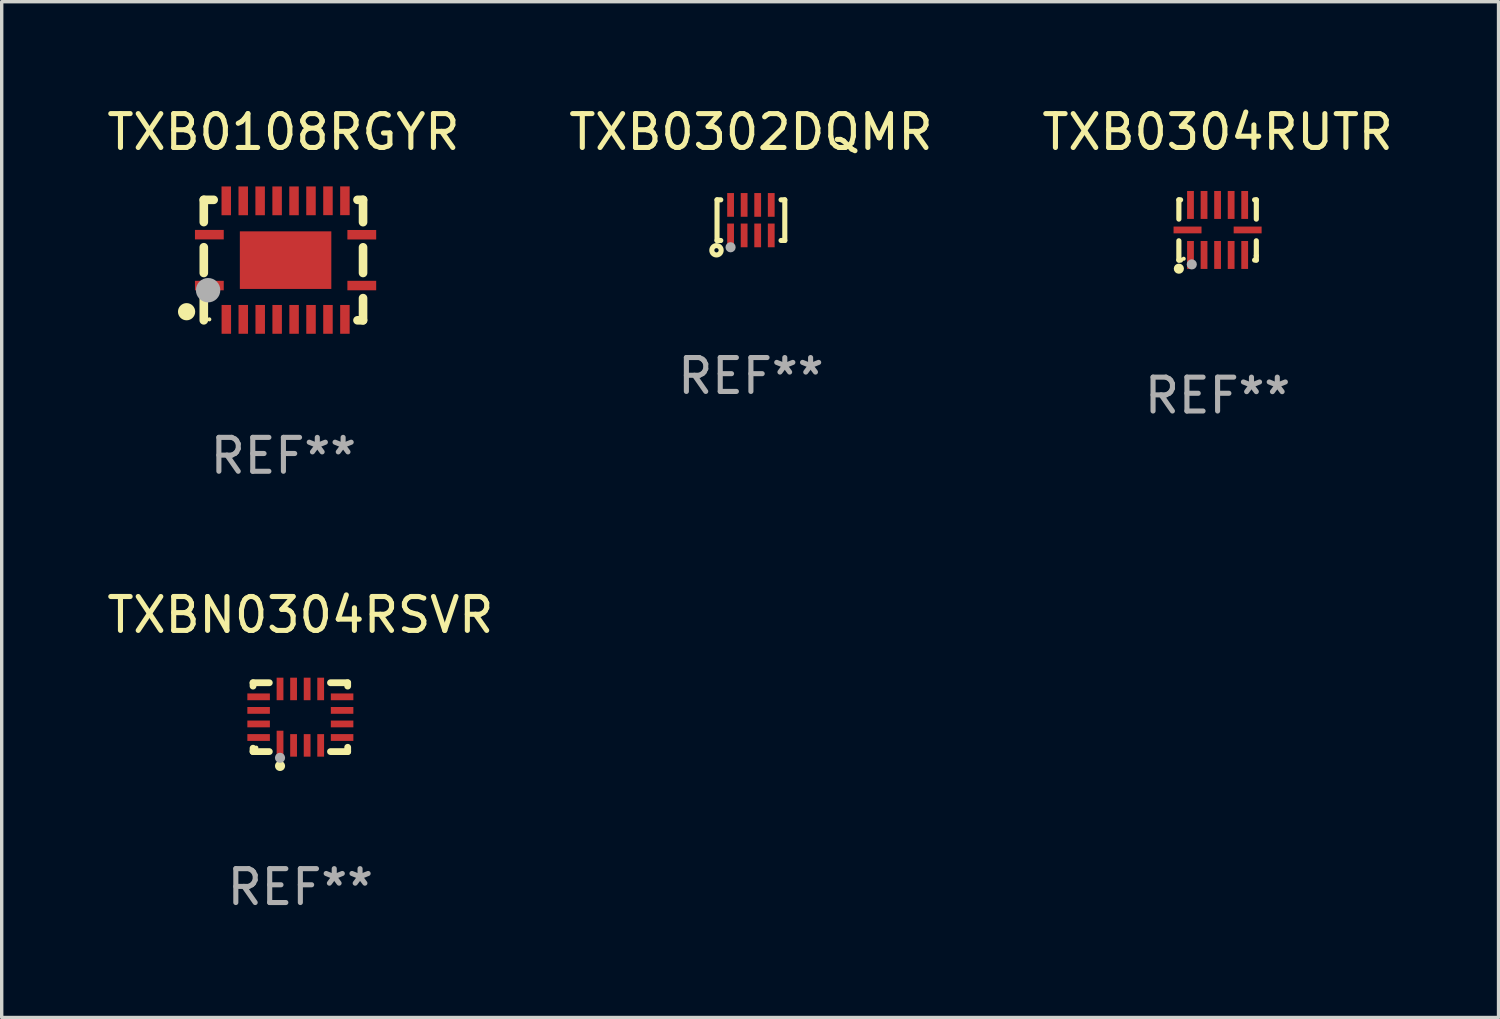
<source format=kicad_pcb>
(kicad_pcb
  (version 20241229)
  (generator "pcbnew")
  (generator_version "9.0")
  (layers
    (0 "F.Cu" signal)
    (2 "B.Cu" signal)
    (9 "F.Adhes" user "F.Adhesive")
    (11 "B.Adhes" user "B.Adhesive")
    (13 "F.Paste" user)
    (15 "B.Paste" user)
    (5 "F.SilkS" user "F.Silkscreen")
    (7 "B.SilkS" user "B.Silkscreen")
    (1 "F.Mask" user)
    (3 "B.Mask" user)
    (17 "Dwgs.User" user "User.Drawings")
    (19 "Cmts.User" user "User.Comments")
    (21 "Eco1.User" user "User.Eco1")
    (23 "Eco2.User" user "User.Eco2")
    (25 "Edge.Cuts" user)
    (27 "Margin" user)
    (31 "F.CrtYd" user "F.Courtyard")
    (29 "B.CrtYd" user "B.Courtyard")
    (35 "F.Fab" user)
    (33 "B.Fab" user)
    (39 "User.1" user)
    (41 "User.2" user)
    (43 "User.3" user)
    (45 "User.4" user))
  (footprint "TXBN0304RSVR"
    (layer "F.Cu")
    (at 5.815 18.117)
    (property "Reference" "TXBN0304RSVR" (at 0 -3.016 0) (layer "F.SilkS") (effects (font (size 1 1) (thickness 0.15))))
    (attr through_hole)
    (fp_line (start -1.397 -1.016) (end -1.397 -0.916) (stroke (width 0.2) (type solid)) (layer "F.SilkS"))
    (fp_line (start -1.397 0.916) (end -1.397 1.016) (stroke (width 0.2) (type solid)) (layer "F.SilkS"))
    (fp_line (start -1.397 1.016) (end -0.916 1.016) (stroke (width 0.2) (type solid)) (layer "F.SilkS"))
    (fp_line (start -0.916 -1.016) (end -1.397 -1.016) (stroke (width 0.2) (type solid)) (layer "F.SilkS"))
    (fp_line (start 0.889 -1.016) (end 1.397 -1.016) (stroke (width 0.2) (type solid)) (layer "F.SilkS"))
    (fp_line (start 1.397 -1.016) (end 1.397 -0.916) (stroke (width 0.2) (type solid)) (layer "F.SilkS"))
    (fp_line (start 1.397 0.889) (end 1.397 1.016) (stroke (width 0.2) (type solid)) (layer "F.SilkS"))
    (fp_line (start 1.397 1.016) (end 0.889 1.016) (stroke (width 0.2) (type solid)) (layer "F.SilkS"))
    (fp_circle (center -1.3 0.9) (end -1.27 0.9) (stroke (width 0.06) (type solid)) (fill no) (layer "F.SilkS"))
    (fp_circle (center -0.6 1.44) (end -0.525 1.44) (stroke (width 0.15) (type solid)) (fill no) (layer "F.SilkS"))
    (fp_circle (center -0.6 1.2) (end -0.525 1.2) (stroke (width 0.15) (type solid)) (fill no) (layer "F.Fab"))
    (fp_text user "REF**" (at 0 5.016 0) (layer "F.Fab") (effects (font (size 1 1) (thickness 0.15))))
    (pad "1" smd rect (at -0.6 0.782) (size 0.2 0.765) (layers "F.Cu" "F.Mask" "F.Paste"))
    (pad "2" smd rect (at -0.2 0.833) (size 0.2 0.665) (layers "F.Cu" "F.Mask" "F.Paste"))
    (pad "3" smd rect (at 0.2 0.833) (size 0.2 0.665) (layers "F.Cu" "F.Mask" "F.Paste"))
    (pad "4" smd rect (at 0.6 0.833) (size 0.2 0.665) (layers "F.Cu" "F.Mask" "F.Paste"))
    (pad "5" smd rect (at 1.232 0.6) (size 0.665 0.2) (layers "F.Cu" "F.Mask" "F.Paste"))
    (pad "6" smd rect (at 1.232 0.2) (size 0.665 0.2) (layers "F.Cu" "F.Mask" "F.Paste"))
    (pad "7" smd rect (at 1.232 -0.2) (size 0.665 0.2) (layers "F.Cu" "F.Mask" "F.Paste"))
    (pad "8" smd rect (at 1.232 -0.6) (size 0.665 0.2) (layers "F.Cu" "F.Mask" "F.Paste"))
    (pad "9" smd rect (at 0.6 -0.833) (size 0.2 0.665) (layers "F.Cu" "F.Mask" "F.Paste"))
    (pad "10" smd rect (at 0.2 -0.833) (size 0.2 0.665) (layers "F.Cu" "F.Mask" "F.Paste"))
    (pad "11" smd rect (at -0.2 -0.833) (size 0.2 0.665) (layers "F.Cu" "F.Mask" "F.Paste"))
    (pad "12" smd rect (at -0.6 -0.833) (size 0.2 0.665) (layers "F.Cu" "F.Mask" "F.Paste"))
    (pad "13" smd rect (at -1.232 -0.6) (size 0.665 0.2) (layers "F.Cu" "F.Mask" "F.Paste"))
    (pad "14" smd rect (at -1.232 -0.2) (size 0.665 0.2) (layers "F.Cu" "F.Mask" "F.Paste"))
    (pad "15" smd rect (at -1.232 0.2) (size 0.665 0.2) (layers "F.Cu" "F.Mask" "F.Paste"))
    (pad "16" smd rect (at -1.232 0.6) (size 0.665 0.2) (layers "F.Cu" "F.Mask" "F.Paste")))
  (footprint "TXB0304RUTR"
    (layer "F.Cu")
    (at 32.887 3.737)
    (property "Reference" "TXB0304RUTR" (at 0 -2.889 0) (layer "F.SilkS") (effects (font (size 1 1) (thickness 0.15))))
    (attr through_hole)
    (fp_line (start -1.143 -0.889) (end -1.143 -0.32) (stroke (width 0.152) (type solid)) (layer "F.SilkS"))
    (fp_line (start -1.143 0.32) (end -1.143 0.889) (stroke (width 0.152) (type solid)) (layer "F.SilkS"))
    (fp_line (start -1.143 0.889) (end -1.092 0.889) (stroke (width 0.152) (type solid)) (layer "F.SilkS"))
    (fp_line (start -1.092 -0.889) (end -1.143 -0.889) (stroke (width 0.152) (type solid)) (layer "F.SilkS"))
    (fp_line (start 1.092 0.889) (end 1.143 0.889) (stroke (width 0.152) (type solid)) (layer "F.SilkS"))
    (fp_line (start 1.143 -0.889) (end 1.092 -0.889) (stroke (width 0.152) (type solid)) (layer "F.SilkS"))
    (fp_line (start 1.143 -0.32) (end 1.143 -0.889) (stroke (width 0.152) (type solid)) (layer "F.SilkS"))
    (fp_line (start 1.143 0.762) (end 1.143 0.32) (stroke (width 0.152) (type solid)) (layer "F.SilkS"))
    (fp_line (start 1.143 0.889) (end 1.143 0.762) (stroke (width 0.152) (type solid)) (layer "F.SilkS"))
    (fp_circle (center -1.143 1.143) (end -1.068 1.143) (stroke (width 0.15) (type solid)) (fill no) (layer "F.SilkS"))
    (fp_circle (center -1 0.85) (end -0.97 0.85) (stroke (width 0.06) (type solid)) (fill no) (layer "F.SilkS"))
    (fp_circle (center -0.762 1.016) (end -0.687 1.016) (stroke (width 0.15) (type solid)) (fill no) (layer "F.Fab"))
    (fp_text user "REF**" (at 0 4.889 0) (layer "F.Fab") (effects (font (size 1 1) (thickness 0.15))))
    (pad "1" smd rect (at -0.8 0.738) (size 0.2 0.825) (layers "F.Cu" "F.Mask" "F.Paste"))
    (pad "2" smd rect (at -0.4 0.738) (size 0.2 0.825) (layers "F.Cu" "F.Mask" "F.Paste"))
    (pad "3" smd rect (at 0 0.738) (size 0.2 0.825) (layers "F.Cu" "F.Mask" "F.Paste"))
    (pad "4" smd rect (at 0.4 0.738) (size 0.2 0.825) (layers "F.Cu" "F.Mask" "F.Paste"))
    (pad "5" smd rect (at 0.8 0.738) (size 0.2 0.825) (layers "F.Cu" "F.Mask" "F.Paste"))
    (pad "6" smd rect (at 0.887 0) (size 0.825 0.2) (layers "F.Cu" "F.Mask" "F.Paste"))
    (pad "7" smd rect (at 0.8 -0.738) (size 0.2 0.825) (layers "F.Cu" "F.Mask" "F.Paste"))
    (pad "8" smd rect (at 0.4 -0.738) (size 0.2 0.825) (layers "F.Cu" "F.Mask" "F.Paste"))
    (pad "9" smd rect (at 0 -0.738) (size 0.2 0.825) (layers "F.Cu" "F.Mask" "F.Paste"))
    (pad "10" smd rect (at -0.4 -0.738) (size 0.2 0.825) (layers "F.Cu" "F.Mask" "F.Paste"))
    (pad "11" smd rect (at -0.8 -0.738) (size 0.2 0.825) (layers "F.Cu" "F.Mask" "F.Paste"))
    (pad "12" smd rect (at -0.887 0) (size 0.825 0.2) (layers "F.Cu" "F.Mask" "F.Paste")))
  (footprint "TXB0108RGYR"
    (layer "F.Cu")
    (at 5.315 4.626)
    (property "Reference" "TXB0108RGYR" (at 0 -3.778 0) (layer "F.SilkS") (effects (font (size 1 1) (thickness 0.15))))
    (attr through_hole)
    (fp_line (start -2.35 -1.778) (end -2.35 -1.121) (stroke (width 0.254) (type solid)) (layer "F.SilkS"))
    (fp_line (start -2.35 -1.778) (end -2.058 -1.778) (stroke (width 0.254) (type solid)) (layer "F.SilkS"))
    (fp_line (start -2.35 -0.379) (end -2.35 0.381) (stroke (width 0.254) (type solid)) (layer "F.SilkS"))
    (fp_line (start -2.35 1.123) (end -2.35 1.778) (stroke (width 0.254) (type solid)) (layer "F.SilkS"))
    (fp_line (start 2.186 -1.778) (end 2.35 -1.778) (stroke (width 0.254) (type solid)) (layer "F.SilkS"))
    (fp_line (start 2.35 -1.778) (end 2.35 -1.119) (stroke (width 0.254) (type solid)) (layer "F.SilkS"))
    (fp_line (start 2.35 -0.377) (end 2.35 0.381) (stroke (width 0.254) (type solid)) (layer "F.SilkS"))
    (fp_line (start 2.35 1.123) (end 2.35 1.778) (stroke (width 0.254) (type solid)) (layer "F.SilkS"))
    (fp_line (start 2.35 1.778) (end 2.186 1.778) (stroke (width 0.254) (type solid)) (layer "F.SilkS"))
    (fp_circle (center -2.858 1.524) (end -2.731 1.524) (stroke (width 0.254) (type solid)) (fill no) (layer "F.SilkS"))
    (fp_circle (center -2.187 1.75) (end -2.157 1.75) (stroke (width 0.06) (type solid)) (fill no) (layer "F.SilkS"))
    (fp_circle (center -2.223 0.889) (end -2.043 0.889) (stroke (width 0.36) (type solid)) (fill no) (layer "F.Fab"))
    (fp_text user "REF**" (at 0 5.778 0) (layer "F.Fab") (effects (font (size 1 1) (thickness 0.15))))
    (pad "1" smd rect (at -2.186 0.752) (size 0.85 0.28) (layers "F.Cu" "F.Mask" "F.Paste"))
    (pad "2" smd rect (at -1.685 1.75) (size 0.28 0.85) (layers "F.Cu" "F.Mask" "F.Paste"))
    (pad "3" smd rect (at -1.185 1.75) (size 0.28 0.85) (layers "F.Cu" "F.Mask" "F.Paste"))
    (pad "4" smd rect (at -0.685 1.75) (size 0.28 0.85) (layers "F.Cu" "F.Mask" "F.Paste"))
    (pad "5" smd rect (at -0.185 1.75) (size 0.28 0.85) (layers "F.Cu" "F.Mask" "F.Paste"))
    (pad "6" smd rect (at 0.315 1.75) (size 0.28 0.85) (layers "F.Cu" "F.Mask" "F.Paste"))
    (pad "7" smd rect (at 0.815 1.75) (size 0.28 0.85) (layers "F.Cu" "F.Mask" "F.Paste"))
    (pad "8" smd rect (at 1.315 1.75) (size 0.28 0.85) (layers "F.Cu" "F.Mask" "F.Paste"))
    (pad "9" smd rect (at 1.815 1.75) (size 0.28 0.85) (layers "F.Cu" "F.Mask" "F.Paste"))
    (pad "10" smd rect (at 2.313 0.752) (size 0.85 0.28) (layers "F.Cu" "F.Mask" "F.Paste"))
    (pad "11" smd rect (at 2.313 -0.748) (size 0.85 0.28) (layers "F.Cu" "F.Mask" "F.Paste"))
    (pad "12" smd rect (at 1.815 -1.75) (size 0.28 0.85) (layers "F.Cu" "F.Mask" "F.Paste"))
    (pad "13" smd rect (at 1.315 -1.75) (size 0.28 0.85) (layers "F.Cu" "F.Mask" "F.Paste"))
    (pad "14" smd rect (at 0.814 -1.748) (size 0.28 0.85) (layers "F.Cu" "F.Mask" "F.Paste"))
    (pad "15" smd rect (at 0.313 -1.748) (size 0.28 0.85) (layers "F.Cu" "F.Mask" "F.Paste"))
    (pad "16" smd rect (at -0.186 -1.748) (size 0.28 0.85) (layers "F.Cu" "F.Mask" "F.Paste"))
    (pad "17" smd rect (at -0.687 -1.748) (size 0.28 0.85) (layers "F.Cu" "F.Mask" "F.Paste"))
    (pad "18" smd rect (at -1.186 -1.748) (size 0.28 0.85) (layers "F.Cu" "F.Mask" "F.Paste"))
    (pad "19" smd rect (at -1.687 -1.748) (size 0.28 0.85) (layers "F.Cu" "F.Mask" "F.Paste"))
    (pad "20" smd rect (at -2.186 -0.75) (size 0.85 0.28) (layers "F.Cu" "F.Mask" "F.Paste"))
    (pad "21" smd rect (at 0.064 0.002 90) (size 1.7 2.7) (layers "F.Cu" "F.Mask" "F.Paste")))
  (footprint "TXB0302DQMR"
    (layer "F.Cu")
    (at 19.113 3.448)
    (property "Reference" "TXB0302DQMR" (at 0 -2.6 0) (layer "F.SilkS") (effects (font (size 1 1) (thickness 0.15))))
    (attr through_hole)
    (fp_line (start -1 -0.6) (end -1 0.6) (stroke (width 0.15) (type solid)) (layer "F.SilkS"))
    (fp_line (start -1 0.6) (end -0.889 0.6) (stroke (width 0.15) (type solid)) (layer "F.SilkS"))
    (fp_line (start -0.889 -0.6) (end -1 -0.6) (stroke (width 0.15) (type solid)) (layer "F.SilkS"))
    (fp_line (start 0.889 0.6) (end 1 0.6) (stroke (width 0.15) (type solid)) (layer "F.SilkS"))
    (fp_line (start 1 -0.6) (end 0.889 -0.6) (stroke (width 0.15) (type solid)) (layer "F.SilkS"))
    (fp_line (start 1 0.6) (end 1 -0.6) (stroke (width 0.15) (type solid)) (layer "F.SilkS"))
    (fp_circle (center -1.016 0.889) (end -0.953 0.889) (stroke (width 0.15) (type solid)) (fill no) (layer "F.SilkS"))
    (fp_circle (center -0.9 0.608) (end -0.87 0.608) (stroke (width 0.06) (type solid)) (fill no) (layer "F.SilkS"))
    (fp_circle (center -0.6 0.8) (end -0.525 0.8) (stroke (width 0.15) (type solid)) (fill no) (layer "F.Fab"))
    (fp_text user "REF**" (at 0 4.6 0) (layer "F.Fab") (effects (font (size 1 1) (thickness 0.15))))
    (pad "1" smd rect (at -0.6 0.45) (size 0.2 0.7) (layers "F.Cu" "F.Mask" "F.Paste"))
    (pad "2" smd rect (at -0.2 0.45) (size 0.2 0.7) (layers "F.Cu" "F.Mask" "F.Paste"))
    (pad "3" smd rect (at 0.2 0.45) (size 0.2 0.7) (layers "F.Cu" "F.Mask" "F.Paste"))
    (pad "4" smd rect (at 0.6 0.45) (size 0.2 0.7) (layers "F.Cu" "F.Mask" "F.Paste"))
    (pad "5" smd rect (at 0.6 -0.45) (size 0.2 0.7) (layers "F.Cu" "F.Mask" "F.Paste"))
    (pad "6" smd rect (at 0.2 -0.45) (size 0.2 0.7) (layers "F.Cu" "F.Mask" "F.Paste"))
    (pad "7" smd rect (at -0.2 -0.45) (size 0.2 0.7) (layers "F.Cu" "F.Mask" "F.Paste"))
    (pad "8" smd rect (at -0.6 -0.45) (size 0.2 0.7) (layers "F.Cu" "F.Mask" "F.Paste")))
  (gr_rect
    (start -3 -3)
    (end 41.179 26.981)
    (stroke (width 0.1) (type default))
    (fill no)
    (layer "Edge.Cuts")))
</source>
